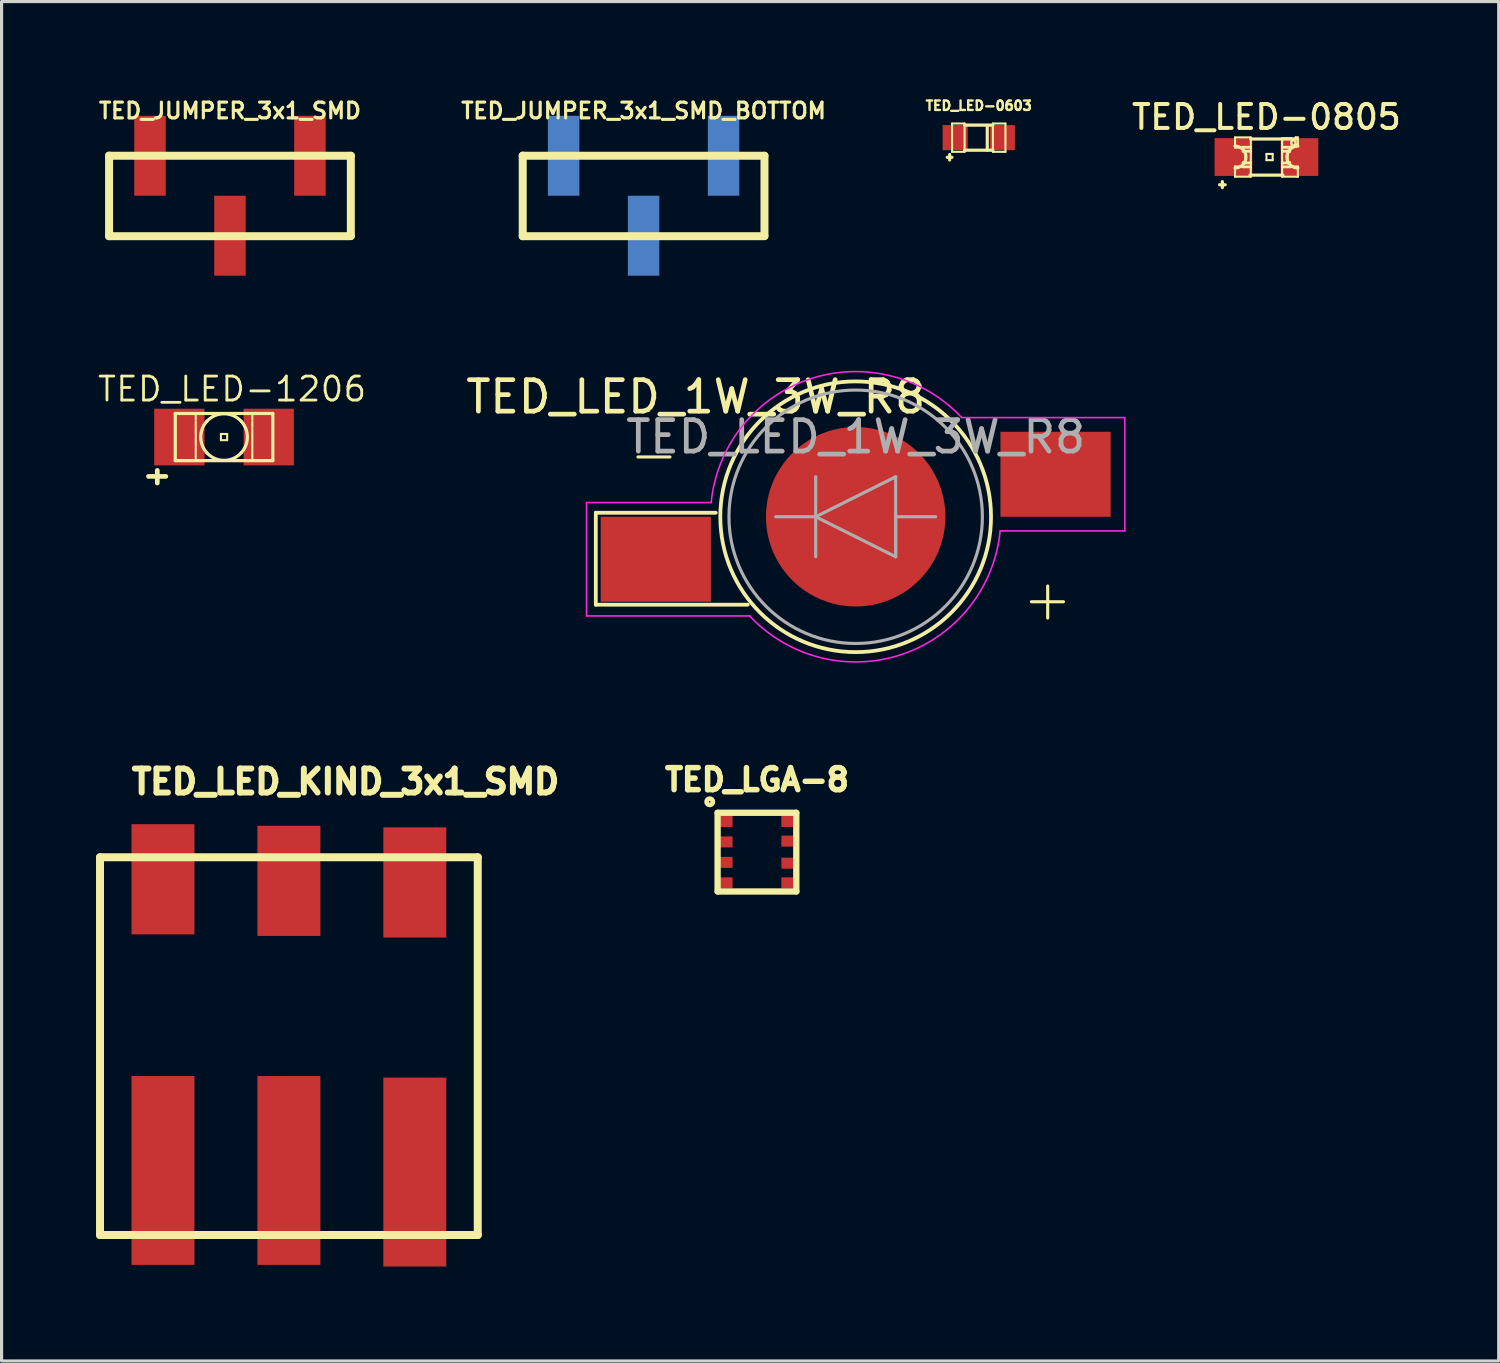
<source format=kicad_pcb>
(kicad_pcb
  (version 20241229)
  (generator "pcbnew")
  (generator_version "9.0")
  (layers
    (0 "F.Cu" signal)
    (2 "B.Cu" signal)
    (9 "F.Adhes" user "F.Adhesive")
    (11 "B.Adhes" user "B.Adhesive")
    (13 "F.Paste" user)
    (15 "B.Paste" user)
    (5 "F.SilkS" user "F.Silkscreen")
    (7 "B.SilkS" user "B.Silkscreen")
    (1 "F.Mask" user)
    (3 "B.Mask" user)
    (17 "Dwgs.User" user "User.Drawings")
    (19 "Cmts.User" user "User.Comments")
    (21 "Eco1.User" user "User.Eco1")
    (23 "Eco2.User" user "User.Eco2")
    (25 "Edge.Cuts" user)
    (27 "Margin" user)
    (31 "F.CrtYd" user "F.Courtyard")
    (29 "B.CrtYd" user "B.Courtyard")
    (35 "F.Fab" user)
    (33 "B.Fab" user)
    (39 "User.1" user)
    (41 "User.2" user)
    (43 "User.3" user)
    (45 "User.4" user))
  (footprint "TED_JUMPER_3x1_SMD_BOTTOM"
    (layer "F.Cu")
    (at 17.395 3.168)
    (property "Reference" "TED_JUMPER_3x1_SMD_BOTTOM" (at 0 -2.7 0) (layer "F.SilkS") (effects (font (size 0.5 0.5) (thickness 0.1))))
    (attr through_hole)
    (fp_line (start -3.84 1.285) (end -3.84 -1.275) (stroke (width 0.254) (type solid)) (layer "F.SilkS"))
    (fp_line (start 3.84 -1.27) (end -3.84 -1.27) (stroke (width 0.254) (type solid)) (layer "F.SilkS"))
    (fp_line (start 3.84 -1.27) (end 3.84 1.27) (stroke (width 0.254) (type solid)) (layer "F.SilkS"))
    (fp_line (start 3.84 1.285) (end -3.84 1.285) (stroke (width 0.254) (type solid)) (layer "F.SilkS"))
    (pad "1" smd rect (at 2.54 -1.27) (size 1 2.54) (layers "B.Cu" "B.Mask" "B.Paste"))
    (pad "2" smd rect (at 0 1.27) (size 1 2.54) (layers "B.Cu" "B.Mask" "B.Paste"))
    (pad "3" smd rect (at -2.54 -1.27) (size 1 2.54) (layers "B.Cu" "B.Mask" "B.Paste")))
  (footprint "TED_LED-0805"
    (layer "F.Cu")
    (at 37.181 1.939)
    (property "Reference" "TED_LED-0805" (at 0 -1.27 0) (layer "F.SilkS") (effects (font (size 0.762 0.762) (thickness 0.127))))
    (attr smd)
    (fp_line (start -1.49 0.88) (end -1.31 0.88) (stroke (width 0.1) (type solid)) (layer "F.SilkS"))
    (fp_line (start -1.4 0.78) (end -1.4 0.97) (stroke (width 0.1) (type solid)) (layer "F.SilkS"))
    (fp_line (start -0.998 -0.625) (end -0.998 -0.3) (stroke (width 0.066) (type solid)) (layer "F.SilkS"))
    (fp_line (start -0.998 -0.625) (end -0.498 -0.625) (stroke (width 0.066) (type solid)) (layer "F.SilkS"))
    (fp_line (start -0.998 -0.3) (end -0.498 -0.3) (stroke (width 0.066) (type solid)) (layer "F.SilkS"))
    (fp_line (start -0.998 0.3) (end -0.998 0.625) (stroke (width 0.066) (type solid)) (layer "F.SilkS"))
    (fp_line (start -0.998 0.3) (end -0.498 0.3) (stroke (width 0.066) (type solid)) (layer "F.SilkS"))
    (fp_line (start -0.998 0.625) (end -0.498 0.625) (stroke (width 0.066) (type solid)) (layer "F.SilkS"))
    (fp_line (start -0.749 -0.323) (end -0.749 -0.173) (stroke (width 0.066) (type solid)) (layer "F.SilkS"))
    (fp_line (start -0.749 -0.323) (end -0.498 -0.323) (stroke (width 0.066) (type solid)) (layer "F.SilkS"))
    (fp_line (start -0.749 -0.173) (end -0.498 -0.173) (stroke (width 0.066) (type solid)) (layer "F.SilkS"))
    (fp_line (start -0.749 0.173) (end -0.749 0.323) (stroke (width 0.066) (type solid)) (layer "F.SilkS"))
    (fp_line (start -0.749 0.173) (end -0.498 0.173) (stroke (width 0.066) (type solid)) (layer "F.SilkS"))
    (fp_line (start -0.749 0.323) (end -0.498 0.323) (stroke (width 0.066) (type solid)) (layer "F.SilkS"))
    (fp_line (start -0.673 -0.198) (end -0.673 0.198) (stroke (width 0.066) (type solid)) (layer "F.SilkS"))
    (fp_line (start -0.673 -0.198) (end -0.498 -0.198) (stroke (width 0.066) (type solid)) (layer "F.SilkS"))
    (fp_line (start -0.673 0.198) (end -0.498 0.198) (stroke (width 0.066) (type solid)) (layer "F.SilkS"))
    (fp_line (start -0.498 -0.625) (end -0.498 -0.3) (stroke (width 0.066) (type solid)) (layer "F.SilkS"))
    (fp_line (start -0.498 -0.574) (end 0.925 -0.574) (stroke (width 0.102) (type solid)) (layer "F.SilkS"))
    (fp_line (start -0.498 -0.323) (end -0.498 -0.173) (stroke (width 0.066) (type solid)) (layer "F.SilkS"))
    (fp_line (start -0.498 -0.198) (end -0.498 0.198) (stroke (width 0.066) (type solid)) (layer "F.SilkS"))
    (fp_line (start -0.498 0.173) (end -0.498 0.323) (stroke (width 0.066) (type solid)) (layer "F.SilkS"))
    (fp_line (start -0.498 0.3) (end -0.498 0.625) (stroke (width 0.066) (type solid)) (layer "F.SilkS"))
    (fp_line (start 0 -0.099) (end 0 0.099) (stroke (width 0.066) (type solid)) (layer "F.SilkS"))
    (fp_line (start 0 -0.099) (end 0.198 -0.099) (stroke (width 0.066) (type solid)) (layer "F.SilkS"))
    (fp_line (start 0 0.099) (end 0.198 0.099) (stroke (width 0.066) (type solid)) (layer "F.SilkS"))
    (fp_line (start 0.198 -0.099) (end 0.198 0.099) (stroke (width 0.066) (type solid)) (layer "F.SilkS"))
    (fp_line (start 0.498 -0.599) (end 0.498 -0.3) (stroke (width 0.066) (type solid)) (layer "F.SilkS"))
    (fp_line (start 0.498 -0.599) (end 0.798 -0.599) (stroke (width 0.066) (type solid)) (layer "F.SilkS"))
    (fp_line (start 0.498 -0.323) (end 0.498 -0.173) (stroke (width 0.066) (type solid)) (layer "F.SilkS"))
    (fp_line (start 0.498 -0.323) (end 0.749 -0.323) (stroke (width 0.066) (type solid)) (layer "F.SilkS"))
    (fp_line (start 0.498 -0.3) (end 0.798 -0.3) (stroke (width 0.066) (type solid)) (layer "F.SilkS"))
    (fp_line (start 0.498 -0.198) (end 0.498 0.198) (stroke (width 0.066) (type solid)) (layer "F.SilkS"))
    (fp_line (start 0.498 -0.198) (end 0.673 -0.198) (stroke (width 0.066) (type solid)) (layer "F.SilkS"))
    (fp_line (start 0.498 -0.173) (end 0.749 -0.173) (stroke (width 0.066) (type solid)) (layer "F.SilkS"))
    (fp_line (start 0.498 0.173) (end 0.498 0.323) (stroke (width 0.066) (type solid)) (layer "F.SilkS"))
    (fp_line (start 0.498 0.173) (end 0.749 0.173) (stroke (width 0.066) (type solid)) (layer "F.SilkS"))
    (fp_line (start 0.498 0.198) (end 0.673 0.198) (stroke (width 0.066) (type solid)) (layer "F.SilkS"))
    (fp_line (start 0.498 0.3) (end 0.498 0.625) (stroke (width 0.066) (type solid)) (layer "F.SilkS"))
    (fp_line (start 0.498 0.3) (end 0.998 0.3) (stroke (width 0.066) (type solid)) (layer "F.SilkS"))
    (fp_line (start 0.498 0.323) (end 0.749 0.323) (stroke (width 0.066) (type solid)) (layer "F.SilkS"))
    (fp_line (start 0.498 0.625) (end 0.998 0.625) (stroke (width 0.066) (type solid)) (layer "F.SilkS"))
    (fp_line (start 0.523 0.574) (end -0.523 0.574) (stroke (width 0.102) (type solid)) (layer "F.SilkS"))
    (fp_line (start 0.673 -0.198) (end 0.673 0.198) (stroke (width 0.066) (type solid)) (layer "F.SilkS"))
    (fp_line (start 0.749 -0.323) (end 0.749 -0.173) (stroke (width 0.066) (type solid)) (layer "F.SilkS"))
    (fp_line (start 0.749 0.173) (end 0.749 0.323) (stroke (width 0.066) (type solid)) (layer "F.SilkS"))
    (fp_line (start 0.798 -0.599) (end 0.798 -0.3) (stroke (width 0.066) (type solid)) (layer "F.SilkS"))
    (fp_line (start 0.925 -0.625) (end 0.925 -0.399) (stroke (width 0.066) (type solid)) (layer "F.SilkS"))
    (fp_line (start 0.925 -0.625) (end 0.998 -0.625) (stroke (width 0.066) (type solid)) (layer "F.SilkS"))
    (fp_line (start 0.925 -0.399) (end 0.998 -0.399) (stroke (width 0.066) (type solid)) (layer "F.SilkS"))
    (fp_line (start 0.998 -0.625) (end 0.998 -0.399) (stroke (width 0.066) (type solid)) (layer "F.SilkS"))
    (fp_line (start 0.998 0.3) (end 0.998 0.625) (stroke (width 0.066) (type solid)) (layer "F.SilkS"))
    (fp_arc (start -0.99822 -0.34798) (mid -0.65024 0) (end -0.99822 0.34798) (stroke (width 0.1016) (type solid)) (layer "F.SilkS"))
    (fp_arc (start 0.99822 0.34798) (mid 0.65024 0) (end 0.99822 -0.34798) (stroke (width 0.1016) (type solid)) (layer "F.SilkS"))
    (fp_circle (center 0.848 -0.45) (end 0.899 -0.5) (stroke (width 0.051) (type solid)) (fill no) (layer "F.SilkS"))
    (pad "1" smd rect (at -1.049 0) (size 1.199 1.199) (layers "F.Cu" "F.Mask" "F.Paste"))
    (pad "2" smd rect (at 1.049 0) (size 1.199 1.199) (layers "F.Cu" "F.Mask" "F.Paste")))
  (footprint "TED_JUMPER_3x1_SMD"
    (layer "F.Cu")
    (at 4.255 3.168)
    (property "Reference" "TED_JUMPER_3x1_SMD" (at 0 -2.7 0) (layer "F.SilkS") (effects (font (size 0.5 0.5) (thickness 0.1))))
    (attr through_hole)
    (fp_line (start -3.84 1.285) (end -3.84 -1.275) (stroke (width 0.254) (type solid)) (layer "F.SilkS"))
    (fp_line (start 3.84 -1.27) (end -3.84 -1.27) (stroke (width 0.254) (type solid)) (layer "F.SilkS"))
    (fp_line (start 3.84 -1.27) (end 3.84 1.27) (stroke (width 0.254) (type solid)) (layer "F.SilkS"))
    (fp_line (start 3.84 1.285) (end -3.84 1.285) (stroke (width 0.254) (type solid)) (layer "F.SilkS"))
    (pad "1" smd rect (at -2.54 -1.27) (size 1 2.54) (layers "F.Cu" "F.Mask" "F.Paste"))
    (pad "2" smd rect (at 0 1.27) (size 1 2.54) (layers "F.Cu" "F.Mask" "F.Paste"))
    (pad "3" smd rect (at 2.54 -1.27) (size 1 2.54) (layers "F.Cu" "F.Mask" "F.Paste")))
  (footprint "TED_LGA-8"
    (layer "F.Cu")
    (at 20.996 24.02)
    (property "Reference" "TED_LGA-8" (at 0 -2.3 0) (layer "F.SilkS") (effects (font (size 0.7 0.7) (thickness 0.175))))
    (attr through_hole)
    (fp_line (start -1.25 -1.25) (end -1.25 1.25) (stroke (width 0.201) (type solid)) (layer "F.SilkS"))
    (fp_line (start -1.25 -1.25) (end 1.25 -1.25) (stroke (width 0.201) (type solid)) (layer "F.SilkS"))
    (fp_line (start 1.25 -1.25) (end 1.25 1.25) (stroke (width 0.201) (type solid)) (layer "F.SilkS"))
    (fp_line (start 1.25 1.25) (end -1.25 1.25) (stroke (width 0.201) (type solid)) (layer "F.SilkS"))
    (fp_circle (center -1.5 -1.6) (end -1.4 -1.6) (stroke (width 0.15) (type solid)) (fill no) (layer "F.SilkS"))
    (pad "1" smd rect (at -1.025 -0.975) (size 0.5 0.35) (layers "F.Cu" "F.Mask" "F.Paste"))
    (pad "2" smd rect (at -1.025 -0.325) (size 0.5 0.35) (layers "F.Cu" "F.Mask" "F.Paste"))
    (pad "3" smd rect (at -1.025 0.325) (size 0.5 0.35) (layers "F.Cu" "F.Mask" "F.Paste"))
    (pad "4" smd rect (at -1.025 0.975) (size 0.5 0.35) (layers "F.Cu" "F.Mask" "F.Paste"))
    (pad "5" smd rect (at 1.025 0.975) (size 0.5 0.35) (layers "F.Cu" "F.Mask" "F.Paste"))
    (pad "6" smd rect (at 1.025 0.35) (size 0.5 0.35) (layers "F.Cu" "F.Mask" "F.Paste"))
    (pad "7" smd rect (at 1.025 -0.35) (size 0.5 0.35) (layers "F.Cu" "F.Mask" "F.Paste"))
    (pad "8" smd rect (at 1.025 -0.975) (size 0.5 0.35) (layers "F.Cu" "F.Mask" "F.Paste")))
  (footprint "TED_LED-0603"
    (layer "F.Cu")
    (at 28.042 1.323)
    (property "Reference" "TED_LED-0603" (at 0 -1.016 0) (layer "F.SilkS") (effects (font (size 0.3 0.3) (thickness 0.075))))
    (attr smd)
    (fp_line (start -1 0.625) (end -0.85 0.625) (stroke (width 0.1) (type solid)) (layer "F.SilkS"))
    (fp_line (start -0.925 0.535) (end -0.925 0.71) (stroke (width 0.1) (type solid)) (layer "F.SilkS"))
    (fp_line (start -0.848 -0.45) (end -0.848 0.45) (stroke (width 0.066) (type solid)) (layer "F.SilkS"))
    (fp_line (start -0.848 -0.45) (end -0.45 -0.45) (stroke (width 0.066) (type solid)) (layer "F.SilkS"))
    (fp_line (start -0.848 0.45) (end -0.45 0.45) (stroke (width 0.066) (type solid)) (layer "F.SilkS"))
    (fp_line (start -0.45 -0.45) (end -0.45 0.45) (stroke (width 0.066) (type solid)) (layer "F.SilkS"))
    (fp_line (start 0.27 -0.35) (end 0.27 0.4) (stroke (width 0.1) (type solid)) (layer "F.SilkS"))
    (fp_line (start 0.45 -0.45) (end 0.45 0.45) (stroke (width 0.066) (type solid)) (layer "F.SilkS"))
    (fp_line (start 0.45 -0.45) (end 0.848 -0.45) (stroke (width 0.066) (type solid)) (layer "F.SilkS"))
    (fp_line (start 0.45 -0.399) (end -0.45 -0.399) (stroke (width 0.102) (type solid)) (layer "F.SilkS"))
    (fp_line (start 0.45 0.399) (end -0.45 0.399) (stroke (width 0.102) (type solid)) (layer "F.SilkS"))
    (fp_line (start 0.45 0.45) (end 0.848 0.45) (stroke (width 0.066) (type solid)) (layer "F.SilkS"))
    (fp_line (start 0.848 -0.45) (end 0.848 0.45) (stroke (width 0.066) (type solid)) (layer "F.SilkS"))
    (pad "1" smd rect (at -0.749 0) (size 0.798 0.798) (layers "F.Cu" "F.Mask" "F.Paste"))
    (pad "2" smd rect (at 0.749 0) (size 0.798 0.798) (layers "F.Cu" "F.Mask" "F.Paste")))
  (footprint "TED_LED_1W_3W_R8"
    (layer "F.Cu")
    (at 24.132 13.366)
    (property "Reference" "TED_LED_1W_3W_R8" (at -5.08 -3.81 0) (layer "F.SilkS") (effects (font (size 1 1) (thickness 0.15))))
    (attr smd)
    (fp_line (start -8.255 -0.127) (end -8.255 2.794) (stroke (width 0.12) (type solid)) (layer "F.SilkS"))
    (fp_line (start -8.255 2.794) (end -3.429 2.794) (stroke (width 0.12) (type solid)) (layer "F.SilkS"))
    (fp_line (start -6.916 -1.9) (end -5.9 -1.9) (stroke (width 0.1) (type solid)) (layer "F.SilkS"))
    (fp_line (start -4.445 -0.127) (end -8.255 -0.127) (stroke (width 0.12) (type solid)) (layer "F.SilkS"))
    (fp_line (start 5.584 2.7) (end 6.6 2.7) (stroke (width 0.1) (type solid)) (layer "F.SilkS"))
    (fp_line (start 6.1 3.216) (end 6.1 2.2) (stroke (width 0.1) (type solid)) (layer "F.SilkS"))
    (fp_circle (center 0 0) (end -4.3 0) (stroke (width 0.12) (type solid)) (fill no) (layer "F.SilkS"))
    (fp_line (start -8.55 -0.45) (end -8.55 3.15) (stroke (width 0.05) (type solid)) (layer "F.CrtYd"))
    (fp_line (start -8.55 3.15) (end -3.37 3.15) (stroke (width 0.05) (type solid)) (layer "F.CrtYd"))
    (fp_line (start -4.59 -0.45) (end -8.55 -0.45) (stroke (width 0.05) (type solid)) (layer "F.CrtYd"))
    (fp_line (start 3.37 -3.15) (end 8.55 -3.15) (stroke (width 0.05) (type solid)) (layer "F.CrtYd"))
    (fp_line (start 8.55 -3.15) (end 8.55 0.45) (stroke (width 0.05) (type solid)) (layer "F.CrtYd"))
    (fp_line (start 8.55 0.45) (end 4.59 0.45) (stroke (width 0.05) (type solid)) (layer "F.CrtYd"))
    (fp_arc (start -4.59 -0.45) (mid -1.481265 -4.36766) (end 3.369303 -3.149349) (stroke (width 0.05) (type solid)) (layer "F.CrtYd"))
    (fp_arc (start 4.59 0.45) (mid 1.481265 4.36766) (end -3.369303 3.149349) (stroke (width 0.05) (type solid)) (layer "F.CrtYd"))
    (fp_line (start -2.54 0) (end -1.27 0) (stroke (width 0.1) (type solid)) (layer "F.Fab"))
    (fp_line (start -1.27 -1.27) (end -1.27 1.27) (stroke (width 0.1) (type solid)) (layer "F.Fab"))
    (fp_line (start -1.27 0) (end 1.27 -1.27) (stroke (width 0.1) (type solid)) (layer "F.Fab"))
    (fp_line (start -1.27 0) (end 1.27 1.27) (stroke (width 0.1) (type solid)) (layer "F.Fab"))
    (fp_line (start 1.27 -1.27) (end 1.27 1.27) (stroke (width 0.1) (type solid)) (layer "F.Fab"))
    (fp_line (start 1.27 0) (end 2.54 0) (stroke (width 0.1) (type solid)) (layer "F.Fab"))
    (fp_line (start 1.27 1.27) (end 1.27 0) (stroke (width 0.1) (type solid)) (layer "F.Fab"))
    (fp_circle (center 0 0) (end 4.025 0) (stroke (width 0.1) (type solid)) (fill no) (layer "F.Fab"))
    (fp_text user "${REFERENCE}" (at 0 -2.54 0) (layer "F.Fab") (effects (font (size 1 1) (thickness 0.15))))
    (pad "1" smd rect (at 6.35 -1.35) (size 3.5 2.7) (layers "F.Cu" "F.Mask" "F.Paste"))
    (pad "2" smd rect (at -6.35 1.35) (size 3.5 2.7) (layers "F.Cu" "F.Mask" "F.Paste"))
    (pad "3" smd circle (at 0 0) (size 5.7 5.7) (layers "F.Cu" "F.Mask" "F.Paste")))
  (footprint "TED_LED-1206"
    (layer "F.Cu")
    (at 4.067 10.834)
    (property "Reference" "TED_LED-1206" (at 0.254 -1.524 0) (layer "F.SilkS") (effects (font (size 0.762 0.762) (thickness 0.089))))
    (attr smd)
    (fp_line (start -2.12 1.06) (end -2.12 1.46) (stroke (width 0.15) (type solid)) (layer "F.SilkS"))
    (fp_line (start -1.85 1.25) (end -2.4 1.25) (stroke (width 0.15) (type solid)) (layer "F.SilkS"))
    (fp_line (start -1.549 -0.749) (end 1.549 -0.749) (stroke (width 0.102) (type solid)) (layer "F.SilkS"))
    (fp_line (start -1.549 0.749) (end -1.549 -0.749) (stroke (width 0.102) (type solid)) (layer "F.SilkS"))
    (fp_line (start -0.899 -0.549) (end -0.899 -0.699) (stroke (width 0.066) (type solid)) (layer "F.SilkS"))
    (fp_line (start -0.899 0.699) (end -0.899 -0.498) (stroke (width 0.066) (type solid)) (layer "F.SilkS"))
    (fp_line (start -0.099 -0.099) (end 0.099 -0.099) (stroke (width 0.066) (type solid)) (layer "F.SilkS"))
    (fp_line (start -0.099 0.099) (end -0.099 -0.099) (stroke (width 0.066) (type solid)) (layer "F.SilkS"))
    (fp_line (start -0.099 0.099) (end 0.099 0.099) (stroke (width 0.066) (type solid)) (layer "F.SilkS"))
    (fp_line (start 0.099 0.099) (end 0.099 -0.099) (stroke (width 0.066) (type solid)) (layer "F.SilkS"))
    (fp_line (start 0.899 -0.549) (end 0.899 -0.699) (stroke (width 0.066) (type solid)) (layer "F.SilkS"))
    (fp_line (start 0.899 0.699) (end 0.899 -0.498) (stroke (width 0.066) (type solid)) (layer "F.SilkS"))
    (fp_line (start 1.549 -0.749) (end 1.549 0.749) (stroke (width 0.102) (type solid)) (layer "F.SilkS"))
    (fp_line (start 1.549 0.749) (end -1.549 0.749) (stroke (width 0.102) (type solid)) (layer "F.SilkS"))
    (fp_arc (start -0.54864 -0.49784) (mid -0.001024 -0.740844) (end 0.547262 -0.499354) (stroke (width 0.1016) (type solid)) (layer "F.SilkS"))
    (fp_arc (start -0.54864 0.49784) (mid -0.740844 -0.000377) (end -0.548133 -0.498398) (stroke (width 0.1016) (type solid)) (layer "F.SilkS"))
    (fp_arc (start 0.54864 -0.49784) (mid 0.740844 0.000377) (end 0.548133 0.498398) (stroke (width 0.1016) (type solid)) (layer "F.SilkS"))
    (fp_arc (start 0.54864 0.49784) (mid 0.001024 0.740844) (end -0.547262 0.499354) (stroke (width 0.1016) (type solid)) (layer "F.SilkS"))
    (pad "1" smd rect (at -1.42 0) (size 1.598 1.801) (layers "F.Cu" "F.Mask" "F.Paste"))
    (pad "2" smd rect (at 1.42 0) (size 1.598 1.801) (layers "F.Cu" "F.Mask" "F.Paste")))
  (footprint "TED_LED_KIND_3x1_SMD"
    (layer "F.Cu")
    (at 6.127 30.183)
    (property "Reference" "TED_LED_KIND_3x1_SMD" (at 1.8 -8.4 0) (layer "F.SilkS") (effects (font (size 0.762 0.762) (thickness 0.191))))
    (attr through_hole)
    (fp_line (start -6 6) (end -6 -6) (stroke (width 0.254) (type solid)) (layer "F.SilkS"))
    (fp_line (start 6 -6) (end -6 -6) (stroke (width 0.254) (type solid)) (layer "F.SilkS"))
    (fp_line (start 6 -6) (end 6 6) (stroke (width 0.254) (type solid)) (layer "F.SilkS"))
    (fp_line (start 6 6) (end -6 6) (stroke (width 0.254) (type solid)) (layer "F.SilkS"))
    (pad "" smd rect (at -4 -5.301) (size 2 3.5) (layers "F.Cu" "F.Mask" "F.Paste"))
    (pad "" smd rect (at 0 -5.251) (size 2 3.5) (layers "F.Cu" "F.Mask" "F.Paste"))
    (pad "" smd rect (at 4 -5.2) (size 2 3.5) (layers "F.Cu" "F.Mask" "F.Paste"))
    (pad "1" smd rect (at 4 4) (size 2 6) (layers "F.Cu" "F.Mask" "F.Paste"))
    (pad "2" smd rect (at 0 3.949) (size 2 6) (layers "F.Cu" "F.Mask" "F.Paste"))
    (pad "3" smd rect (at -4 3.949) (size 2 6) (layers "F.Cu" "F.Mask" "F.Paste")))
  (gr_rect
    (start -3 -3)
    (end 44.559 40.183)
    (stroke (width 0.1) (type default))
    (fill no)
    (layer "Edge.Cuts")))
</source>
